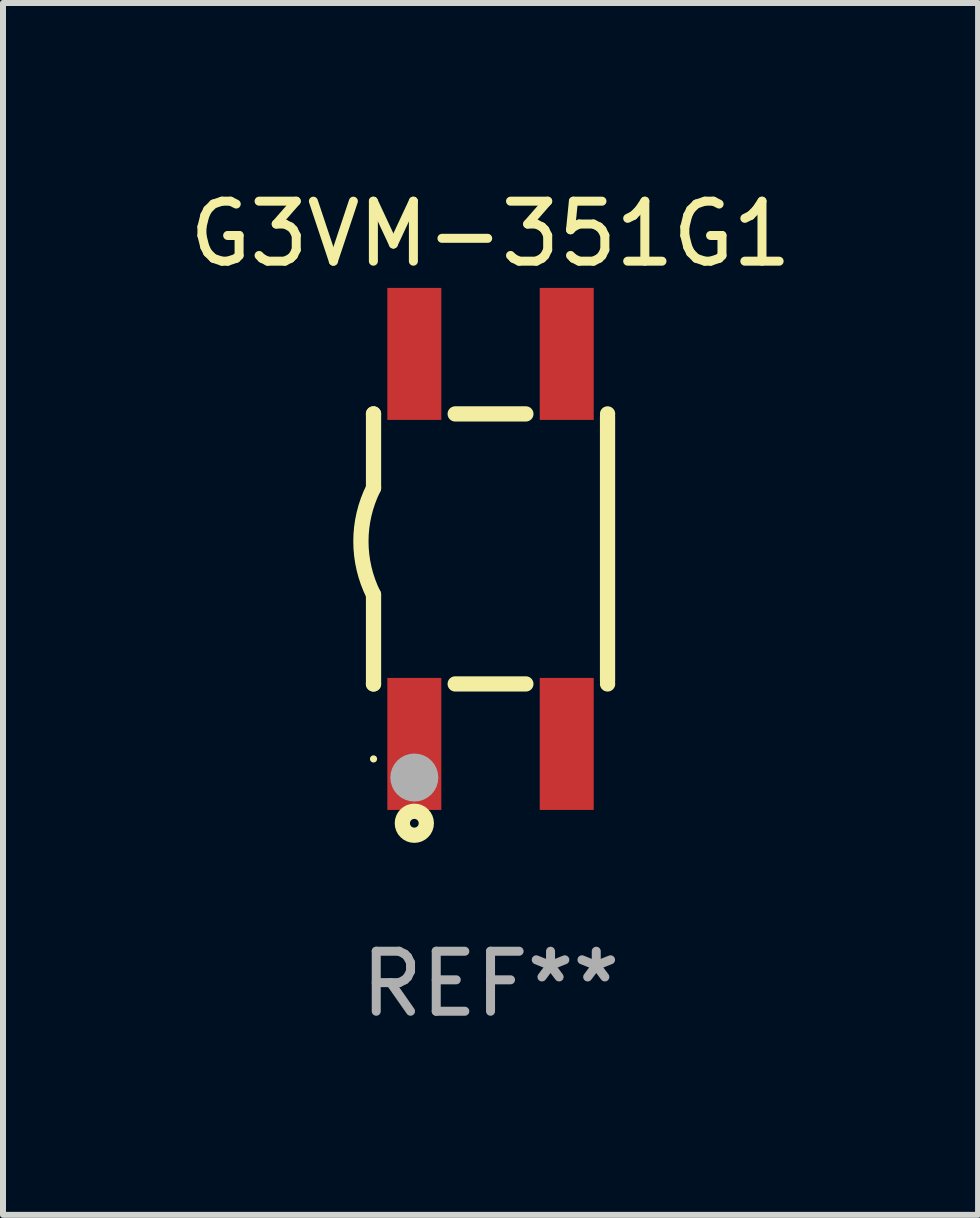
<source format=kicad_pcb>
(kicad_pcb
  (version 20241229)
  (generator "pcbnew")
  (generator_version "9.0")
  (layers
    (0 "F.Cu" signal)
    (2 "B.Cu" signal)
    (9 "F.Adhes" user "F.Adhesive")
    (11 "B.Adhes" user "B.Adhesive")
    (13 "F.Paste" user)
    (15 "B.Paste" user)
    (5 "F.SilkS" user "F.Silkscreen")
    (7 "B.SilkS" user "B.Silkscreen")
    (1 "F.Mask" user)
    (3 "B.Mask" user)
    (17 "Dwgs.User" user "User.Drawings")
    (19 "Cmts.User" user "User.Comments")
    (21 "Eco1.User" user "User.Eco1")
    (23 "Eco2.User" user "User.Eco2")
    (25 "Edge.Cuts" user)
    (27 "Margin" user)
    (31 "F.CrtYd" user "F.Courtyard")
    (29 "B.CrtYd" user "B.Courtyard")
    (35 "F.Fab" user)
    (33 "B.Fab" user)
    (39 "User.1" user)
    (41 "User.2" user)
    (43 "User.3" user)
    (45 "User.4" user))
  (footprint "G3VM-351G1"
    (layer "F.Cu")
    (at 5.125 6.098)
    (property "Reference" "G3VM-351G1" (at 0 -5.25 0) (layer "F.SilkS") (effects (font (size 1 1) (thickness 0.15))))
    (attr through_hole)
    (fp_line (start -1.95 -2.25) (end -1.951 -2.25) (stroke (width 0.254) (type solid)) (layer "F.SilkS"))
    (fp_line (start -1.95 -2.25) (end -1.95 -1.016) (stroke (width 0.254) (type solid)) (layer "F.SilkS"))
    (fp_line (start -1.95 2.25) (end -1.951 2.25) (stroke (width 0.254) (type solid)) (layer "F.SilkS"))
    (fp_line (start -1.95 2.25) (end -1.95 0.762) (stroke (width 0.254) (type solid)) (layer "F.SilkS"))
    (fp_line (start -0.589 -2.25) (end 0.589 -2.25) (stroke (width 0.254) (type solid)) (layer "F.SilkS"))
    (fp_line (start -0.589 2.25) (end 0.589 2.25) (stroke (width 0.254) (type solid)) (layer "F.SilkS"))
    (fp_line (start 1.95 -2.2) (end 1.95 2.2) (stroke (width 0.254) (type solid)) (layer "F.SilkS"))
    (fp_line (start 1.951 -2.25) (end 1.95 -2.25) (stroke (width 0.254) (type solid)) (layer "F.SilkS"))
    (fp_line (start 1.951 2.25) (end 1.95 2.25) (stroke (width 0.254) (type solid)) (layer "F.SilkS"))
    (fp_arc (start -1.950711 0.762001) (mid -2.160315 -0.12709) (end -1.949949 -1.016002) (stroke (width 0.254001) (type solid)) (layer "F.SilkS"))
    (fp_circle (center -1.95 3.5) (end -1.92 3.5) (stroke (width 0.06) (type solid)) (fill no) (layer "F.SilkS"))
    (fp_circle (center -1.27 4.572) (end -1.07 4.572) (stroke (width 0.254) (type solid)) (fill no) (layer "F.SilkS"))
    (fp_circle (center -1.27 3.81) (end -1.07 3.81) (stroke (width 0.4) (type solid)) (fill no) (layer "F.Fab"))
    (fp_text user "REF**" (at 0 7.25 0) (layer "F.Fab") (effects (font (size 1 1) (thickness 0.15))))
    (pad "1" smd rect (at -1.27 3.25 90) (size 2.2 0.9) (layers "F.Cu" "F.Mask" "F.Paste"))
    (pad "2" smd rect (at 1.27 3.25 90) (size 2.2 0.9) (layers "F.Cu" "F.Mask" "F.Paste"))
    (pad "3" smd rect (at 1.27 -3.25 90) (size 2.2 0.9) (layers "F.Cu" "F.Mask" "F.Paste"))
    (pad "4" smd rect (at -1.27 -3.25 90) (size 2.2 0.9) (layers "F.Cu" "F.Mask" "F.Paste")))
  (gr_rect
    (start -3 -3)
    (end 13.25 17.196)
    (stroke (width 0.1) (type default))
    (fill no)
    (layer "Edge.Cuts")))
</source>
